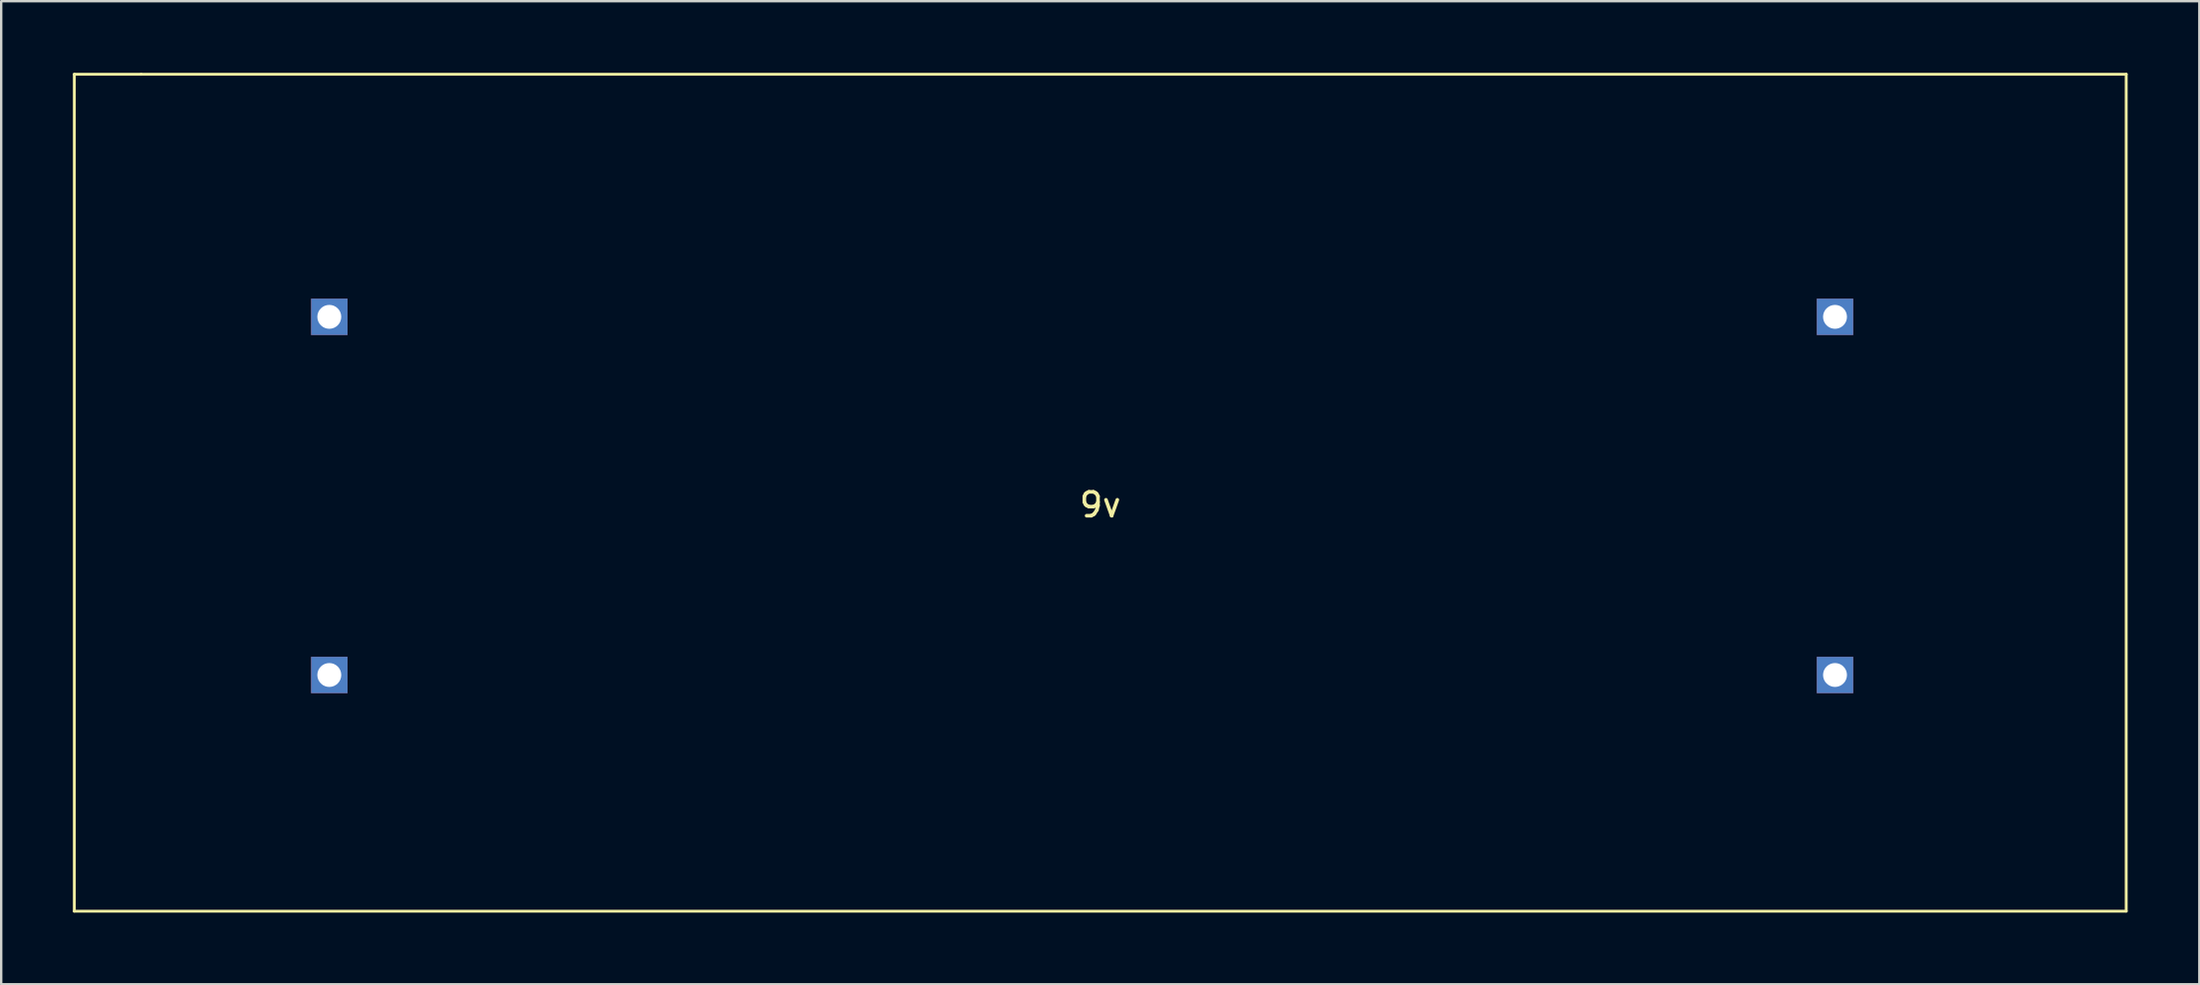
<source format=kicad_pcb>
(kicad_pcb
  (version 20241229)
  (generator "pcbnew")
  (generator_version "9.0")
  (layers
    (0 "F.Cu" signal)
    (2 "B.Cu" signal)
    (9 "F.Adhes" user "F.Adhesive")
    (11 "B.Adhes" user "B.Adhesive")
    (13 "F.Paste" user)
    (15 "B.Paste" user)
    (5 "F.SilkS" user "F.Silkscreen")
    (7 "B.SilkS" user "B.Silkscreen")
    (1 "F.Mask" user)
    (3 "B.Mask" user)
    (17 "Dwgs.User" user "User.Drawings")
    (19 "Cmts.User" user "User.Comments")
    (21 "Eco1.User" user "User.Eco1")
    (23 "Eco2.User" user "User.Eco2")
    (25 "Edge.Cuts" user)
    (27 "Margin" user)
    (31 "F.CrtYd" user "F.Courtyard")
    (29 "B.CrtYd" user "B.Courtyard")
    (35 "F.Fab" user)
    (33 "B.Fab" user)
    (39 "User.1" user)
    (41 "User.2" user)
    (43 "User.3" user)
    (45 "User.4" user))
  (footprint "9v"
    (layer "F.Cu")
    (at 10.728 10.22)
    (property "Reference" "9v" (at 32.258 7.874 0) (layer "F.SilkS") (effects (font (size 1 1) (thickness 0.15))))
    (attr through_hole)
    (fp_line (start -10.668 -10.16) (end -7.874 -10.16) (stroke (width 0.12) (type solid)) (layer "F.SilkS"))
    (fp_line (start -10.668 24.892) (end -10.668 -10.16) (stroke (width 0.12) (type solid)) (layer "F.SilkS"))
    (fp_line (start -7.874 -10.16) (end 75.184 -10.16) (stroke (width 0.12) (type solid)) (layer "F.SilkS"))
    (fp_line (start 75.184 -10.16) (end 75.184 24.892) (stroke (width 0.12) (type solid)) (layer "F.SilkS"))
    (fp_line (start 75.184 24.892) (end -10.668 24.892) (stroke (width 0.12) (type solid)) (layer "F.SilkS"))
    (pad "1" thru_hole rect (at 0 0) (size 1.524 1.524) (drill 1) (layers "*.Cu" "*.Mask"))
    (pad "2" thru_hole rect (at 63 0) (size 1.524 1.524) (drill 1) (layers "*.Cu" "*.Mask"))
    (pad "3" thru_hole rect (at 0 15) (size 1.524 1.524) (drill 1) (layers "*.Cu" "*.Mask"))
    (pad "4" thru_hole rect (at 63 15) (size 1.524 1.524) (drill 1) (layers "*.Cu" "*.Mask")))
  (gr_rect
    (start -3 -3)
    (end 88.972 38.172)
    (stroke (width 0.1) (type default))
    (fill no)
    (layer "Edge.Cuts")))
</source>
